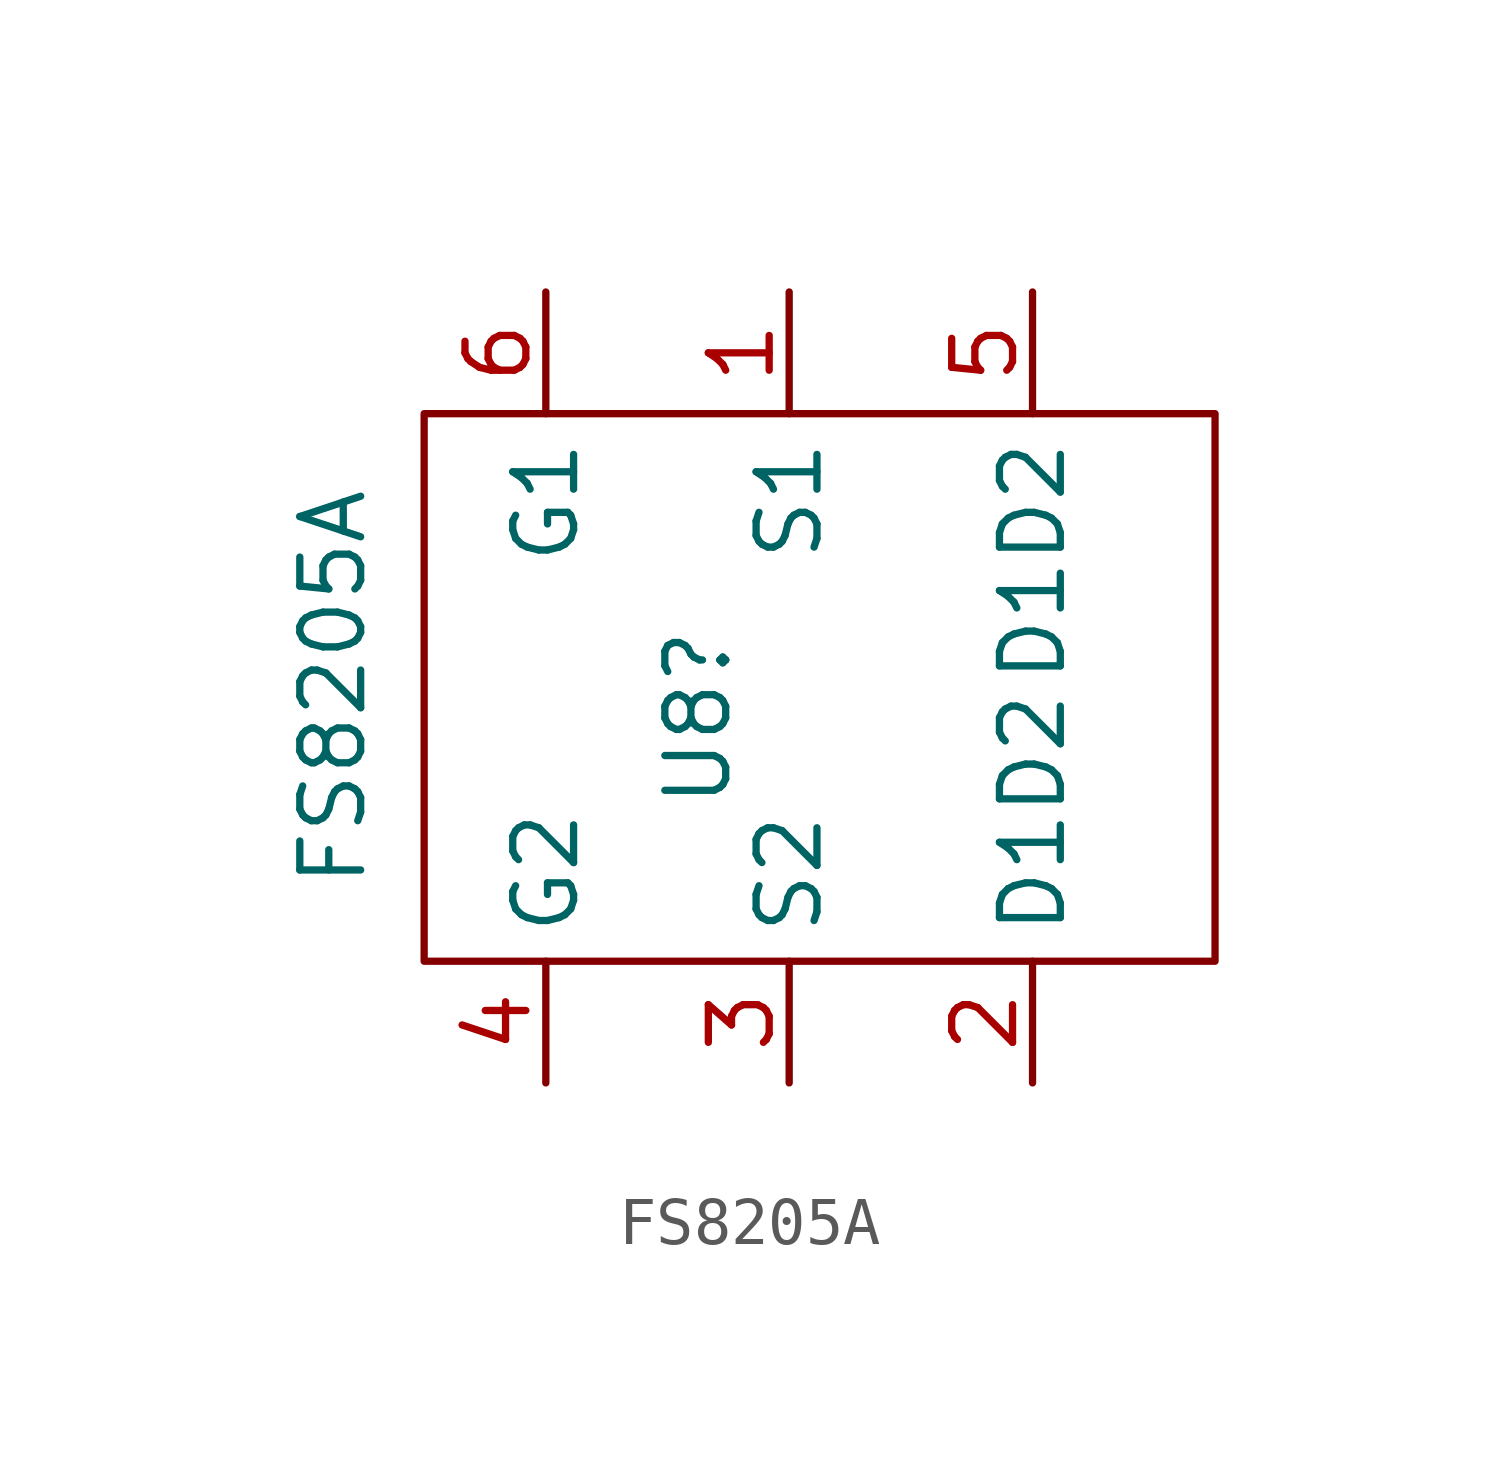
<source format=kicad_sym>
(kicad_symbol_lib
  (version 20211014)
  (generator kicad_symbol_editor)
  (symbol "FS8205A"
    (property "Reference" "U8"
      (at 5.715 5.08 90)
      (effects (font (size 1.27 1.27))))
    (property "Value" "FS8205A"
      (at -1.905 5.715 90)
      (effects (font (size 1.27 1.27))))
    (symbol "FS8205A_0_1"
      (rectangle (start 0 11.43) (end 16.51 0) (stroke (width 0) (type default) (color 0 0 0 0)) (fill (type none))))
    (symbol "FS8205A_1_1"
      (pin input line (at 7.62 13.97 270) (length 2.54) (name "S1" (effects (font (size 1.27 1.27)))) (number "1" (effects (font (size 1.27 1.27)))))
      (pin input line (at 12.7 -2.54 90) (length 2.54) (name "D1D2" (effects (font (size 1.27 1.27)))) (number "2" (effects (font (size 1.27 1.27)))))
      (pin input line (at 7.62 -2.54 90) (length 2.54) (name "S2" (effects (font (size 1.27 1.27)))) (number "3" (effects (font (size 1.27 1.27)))))
      (pin input line (at 2.54 -2.54 90) (length 2.54) (name "G2" (effects (font (size 1.27 1.27)))) (number "4" (effects (font (size 1.27 1.27)))))
      (pin input line (at 12.7 13.97 270) (length 2.54) (name "D1D2" (effects (font (size 1.27 1.27)))) (number "5" (effects (font (size 1.27 1.27)))))
      (pin input line (at 2.54 13.97 270) (length 2.54) (name "G1" (effects (font (size 1.27 1.27)))) (number "6" (effects (font (size 1.27 1.27))))))))
</source>
